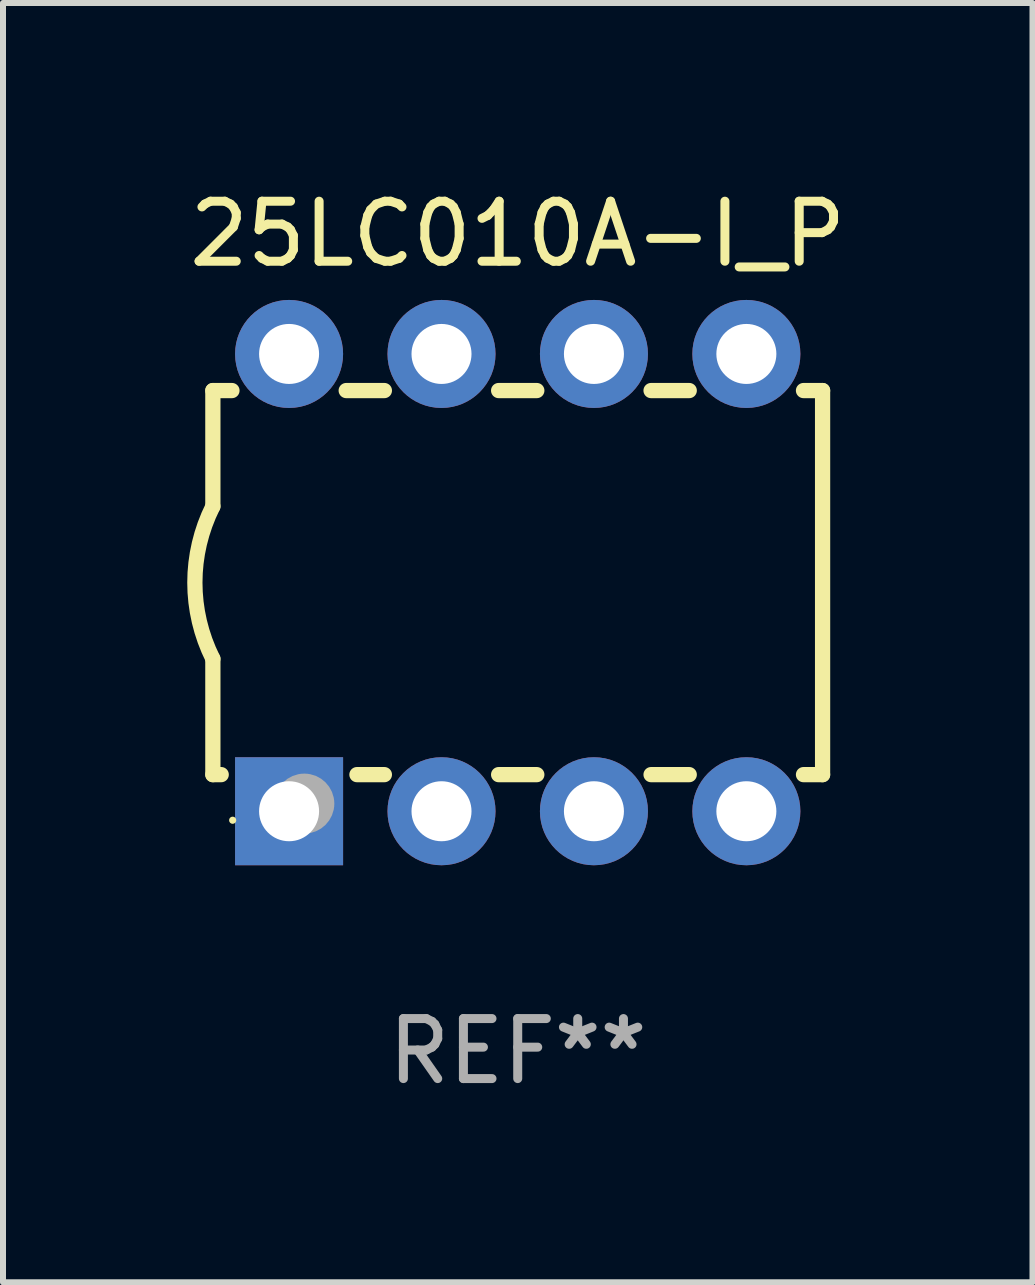
<source format=kicad_pcb>
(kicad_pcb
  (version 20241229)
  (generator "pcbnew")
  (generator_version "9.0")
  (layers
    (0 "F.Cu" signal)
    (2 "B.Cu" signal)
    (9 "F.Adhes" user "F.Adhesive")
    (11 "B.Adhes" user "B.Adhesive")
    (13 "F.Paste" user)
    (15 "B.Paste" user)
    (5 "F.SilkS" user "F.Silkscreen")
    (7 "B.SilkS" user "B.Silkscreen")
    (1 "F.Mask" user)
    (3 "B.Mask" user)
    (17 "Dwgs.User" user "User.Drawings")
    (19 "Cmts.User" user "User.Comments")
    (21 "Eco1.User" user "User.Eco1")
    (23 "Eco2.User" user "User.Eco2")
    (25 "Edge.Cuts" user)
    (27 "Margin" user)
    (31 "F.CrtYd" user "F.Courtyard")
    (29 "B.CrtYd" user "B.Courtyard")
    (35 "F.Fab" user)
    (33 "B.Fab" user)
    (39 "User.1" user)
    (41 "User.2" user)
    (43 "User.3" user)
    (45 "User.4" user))
  (footprint "25LC010A-I_P"
    (layer "F.Cu")
    (at 5.577 6.658)
    (property "Reference" "25LC010A-I_P" (at 0 -5.81 0) (layer "F.SilkS") (effects (font (size 1 1) (thickness 0.15))))
    (attr through_hole)
    (fp_line (start -5.08 -3.2) (end -4.762 -3.2) (stroke (width 0.254) (type solid)) (layer "F.SilkS"))
    (fp_line (start -5.08 -1.27) (end -5.08 -3.2) (stroke (width 0.254) (type solid)) (layer "F.SilkS"))
    (fp_line (start -5.08 3.2) (end -5.08 1.27) (stroke (width 0.254) (type solid)) (layer "F.SilkS"))
    (fp_line (start -5.08 3.2) (end -4.941 3.2) (stroke (width 0.254) (type solid)) (layer "F.SilkS"))
    (fp_line (start -2.858 -3.2) (end -2.222 -3.2) (stroke (width 0.254) (type solid)) (layer "F.SilkS"))
    (fp_line (start -2.679 3.2) (end -2.222 3.2) (stroke (width 0.254) (type solid)) (layer "F.SilkS"))
    (fp_line (start -0.318 -3.2) (end 0.318 -3.2) (stroke (width 0.254) (type solid)) (layer "F.SilkS"))
    (fp_line (start -0.318 3.2) (end 0.318 3.2) (stroke (width 0.254) (type solid)) (layer "F.SilkS"))
    (fp_line (start 2.222 -3.2) (end 2.858 -3.2) (stroke (width 0.254) (type solid)) (layer "F.SilkS"))
    (fp_line (start 2.222 3.2) (end 2.858 3.2) (stroke (width 0.254) (type solid)) (layer "F.SilkS"))
    (fp_line (start 4.762 -3.2) (end 5.08 -3.2) (stroke (width 0.254) (type solid)) (layer "F.SilkS"))
    (fp_line (start 4.762 3.2) (end 5.08 3.2) (stroke (width 0.254) (type solid)) (layer "F.SilkS"))
    (fp_line (start 5.08 3.2) (end 5.08 -3.2) (stroke (width 0.254) (type solid)) (layer "F.SilkS"))
    (fp_arc (start -5.080011 1.270002) (mid -5.379818 -0.000001) (end -5.08001 -1.270003) (stroke (width 0.254001) (type solid)) (layer "F.SilkS"))
    (fp_circle (center -4.75 3.96) (end -4.72 3.96) (stroke (width 0.06) (type solid)) (fill no) (layer "F.SilkS"))
    (fp_circle (center -3.556 3.683) (end -3.306 3.683) (stroke (width 0.5) (type solid)) (fill no) (layer "F.Fab"))
    (fp_text user "REF**" (at 0 7.81 0) (layer "F.Fab") (effects (font (size 1 1) (thickness 0.15))))
    (pad "1" thru_hole rect (at -3.81 3.81) (size 1.8 1.8) (drill 1) (layers "*.Cu" "*.Mask"))
    (pad "2" thru_hole circle (at -1.27 3.81) (size 1.8 1.8) (drill 1) (layers "*.Cu" "*.Mask"))
    (pad "3" thru_hole circle (at 1.27 3.81) (size 1.8 1.8) (drill 1) (layers "*.Cu" "*.Mask"))
    (pad "4" thru_hole circle (at 3.81 3.81) (size 1.8 1.8) (drill 1) (layers "*.Cu" "*.Mask"))
    (pad "5" thru_hole circle (at 3.81 -3.81) (size 1.8 1.8) (drill 1) (layers "*.Cu" "*.Mask"))
    (pad "6" thru_hole circle (at 1.27 -3.81) (size 1.8 1.8) (drill 1) (layers "*.Cu" "*.Mask"))
    (pad "7" thru_hole circle (at -1.27 -3.81) (size 1.8 1.8) (drill 1) (layers "*.Cu" "*.Mask"))
    (pad "8" thru_hole circle (at -3.81 -3.81) (size 1.8 1.8) (drill 1) (layers "*.Cu" "*.Mask")))
  (gr_rect
    (start -3 -3)
    (end 14.155 18.317)
    (stroke (width 0.1) (type default))
    (fill no)
    (layer "Edge.Cuts")))
</source>
